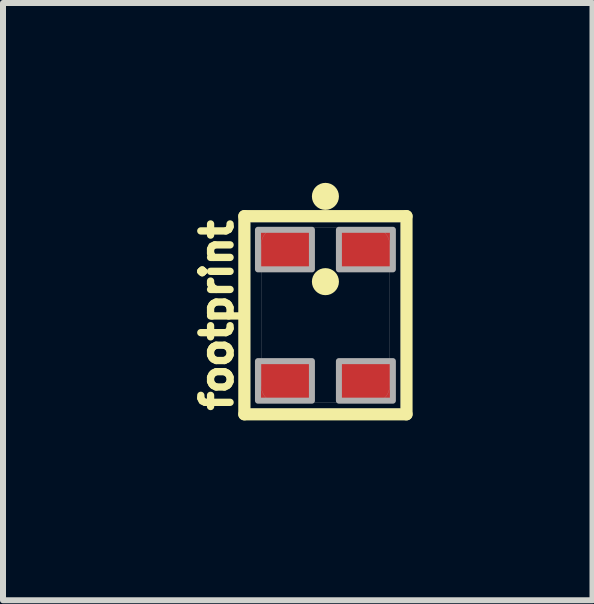
<source format=kicad_pcb>
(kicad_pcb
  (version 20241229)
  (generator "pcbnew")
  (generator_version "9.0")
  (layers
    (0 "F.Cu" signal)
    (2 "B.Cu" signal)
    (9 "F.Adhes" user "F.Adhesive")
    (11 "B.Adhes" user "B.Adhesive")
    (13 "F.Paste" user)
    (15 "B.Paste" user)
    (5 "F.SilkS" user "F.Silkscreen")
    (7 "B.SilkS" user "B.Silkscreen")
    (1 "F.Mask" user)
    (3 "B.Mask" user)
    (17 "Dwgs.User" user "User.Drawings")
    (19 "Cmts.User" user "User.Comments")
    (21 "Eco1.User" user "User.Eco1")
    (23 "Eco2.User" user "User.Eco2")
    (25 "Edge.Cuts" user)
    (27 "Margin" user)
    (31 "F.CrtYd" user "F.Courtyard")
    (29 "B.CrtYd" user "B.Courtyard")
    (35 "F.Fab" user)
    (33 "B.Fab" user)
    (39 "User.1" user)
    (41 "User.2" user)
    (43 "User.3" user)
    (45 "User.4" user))
  (footprint "footprint"
    (layer "F.Cu")
    (at 2.377 2.207)
    (property "Reference" "footprint" (at -1.524 0 90) (layer "F.SilkS") (effects (font (size 0.488 0.488) (thickness 0.122)) (justify bottom)))
    (fp_line (start -1.352 -1.652) (end 1.352 -1.652) (stroke (width 0.203) (type solid)) (layer "F.SilkS"))
    (fp_line (start -1.352 1.652) (end -1.352 -1.652) (stroke (width 0.203) (type solid)) (layer "F.SilkS"))
    (fp_line (start 1.352 -1.652) (end 1.352 1.652) (stroke (width 0.203) (type solid)) (layer "F.SilkS"))
    (fp_line (start 1.352 1.652) (end -1.352 1.652) (stroke (width 0.203) (type solid)) (layer "F.SilkS"))
    (fp_circle (center 0 -1.982) (end 0.113 -1.982) (stroke (width 0.225) (type solid)) (fill yes) (layer "F.SilkS"))
    (fp_circle (center 0 -0.56) (end 0.113 -0.56) (stroke (width 0.225) (type solid)) (fill yes) (layer "F.SilkS"))
    (fp_line (start -1.25 -1.55) (end 1.25 -1.55) (stroke (width 0.003) (type solid)) (layer "F.Fab"))
    (fp_line (start -1.25 1.55) (end -1.25 -1.55) (stroke (width 0.003) (type solid)) (layer "F.Fab"))
    (fp_line (start -1.07 -1.18) (end -1.07 1.18) (stroke (width 0.003) (type solid)) (layer "F.Fab"))
    (fp_line (start -0.79 1.46) (end 0.79 1.46) (stroke (width 0.003) (type solid)) (layer "F.Fab"))
    (fp_line (start 0.79 -1.46) (end -0.79 -1.46) (stroke (width 0.003) (type solid)) (layer "F.Fab"))
    (fp_line (start 1.07 1.18) (end 1.07 -1.18) (stroke (width 0.003) (type solid)) (layer "F.Fab"))
    (fp_line (start 1.25 -1.55) (end 1.25 1.55) (stroke (width 0.003) (type solid)) (layer "F.Fab"))
    (fp_line (start 1.25 1.55) (end -1.25 1.55) (stroke (width 0.003) (type solid)) (layer "F.Fab"))
    (fp_arc (start -1.07 -1.18) (mid -0.98799 -1.37799) (end -0.79 -1.46) (stroke (width 0.00254) (type solid)) (layer "F.Fab"))
    (fp_arc (start -0.79 1.46) (mid -0.98799 1.37799) (end -1.07 1.18) (stroke (width 0.00254) (type solid)) (layer "F.Fab"))
    (fp_arc (start 0.79 -1.46) (mid 0.98799 -1.37799) (end 1.07 -1.18) (stroke (width 0.00254) (type solid)) (layer "F.Fab"))
    (fp_arc (start 1.07 1.18) (mid 0.98799 1.37799) (end 0.79 1.46) (stroke (width 0.00254) (type solid)) (layer "F.Fab"))
    (fp_poly (pts (xy -1.125 -0.765) (xy -0.225 -0.765) (xy -0.225 -1.425) (xy -1.125 -1.425)) (stroke (width 0.1) (type solid)) (fill no) (layer "F.Fab"))
    (fp_poly (pts (xy -1.125 1.425) (xy -0.225 1.425) (xy -0.225 0.765) (xy -1.125 0.765)) (stroke (width 0.1) (type solid)) (fill no) (layer "F.Fab"))
    (fp_poly (pts (xy 1.125 -1.425) (xy 0.225 -1.425) (xy 0.225 -0.765) (xy 1.125 -0.765)) (stroke (width 0.1) (type solid)) (fill no) (layer "F.Fab"))
    (fp_poly (pts (xy 1.125 0.765) (xy 0.225 0.765) (xy 0.225 1.425) (xy 1.125 1.425)) (stroke (width 0.1) (type solid)) (fill no) (layer "F.Fab"))
    (pad "1" smd rect (at -0.675 -1.095) (size 0.9 0.66) (layers "F.Cu" "F.Mask" "F.Paste"))
    (pad "2" smd rect (at -0.675 1.095) (size 0.9 0.66) (layers "F.Cu" "F.Mask" "F.Paste"))
    (pad "3" smd rect (at 0.675 1.095 180) (size 0.9 0.66) (layers "F.Cu" "F.Mask" "F.Paste"))
    (pad "4" smd rect (at 0.675 -1.095 180) (size 0.9 0.66) (layers "F.Cu" "F.Mask" "F.Paste")))
  (gr_rect
    (start -3 -3)
    (end 6.831 6.961)
    (stroke (width 0.1) (type default))
    (fill no)
    (layer "Edge.Cuts")))
</source>
